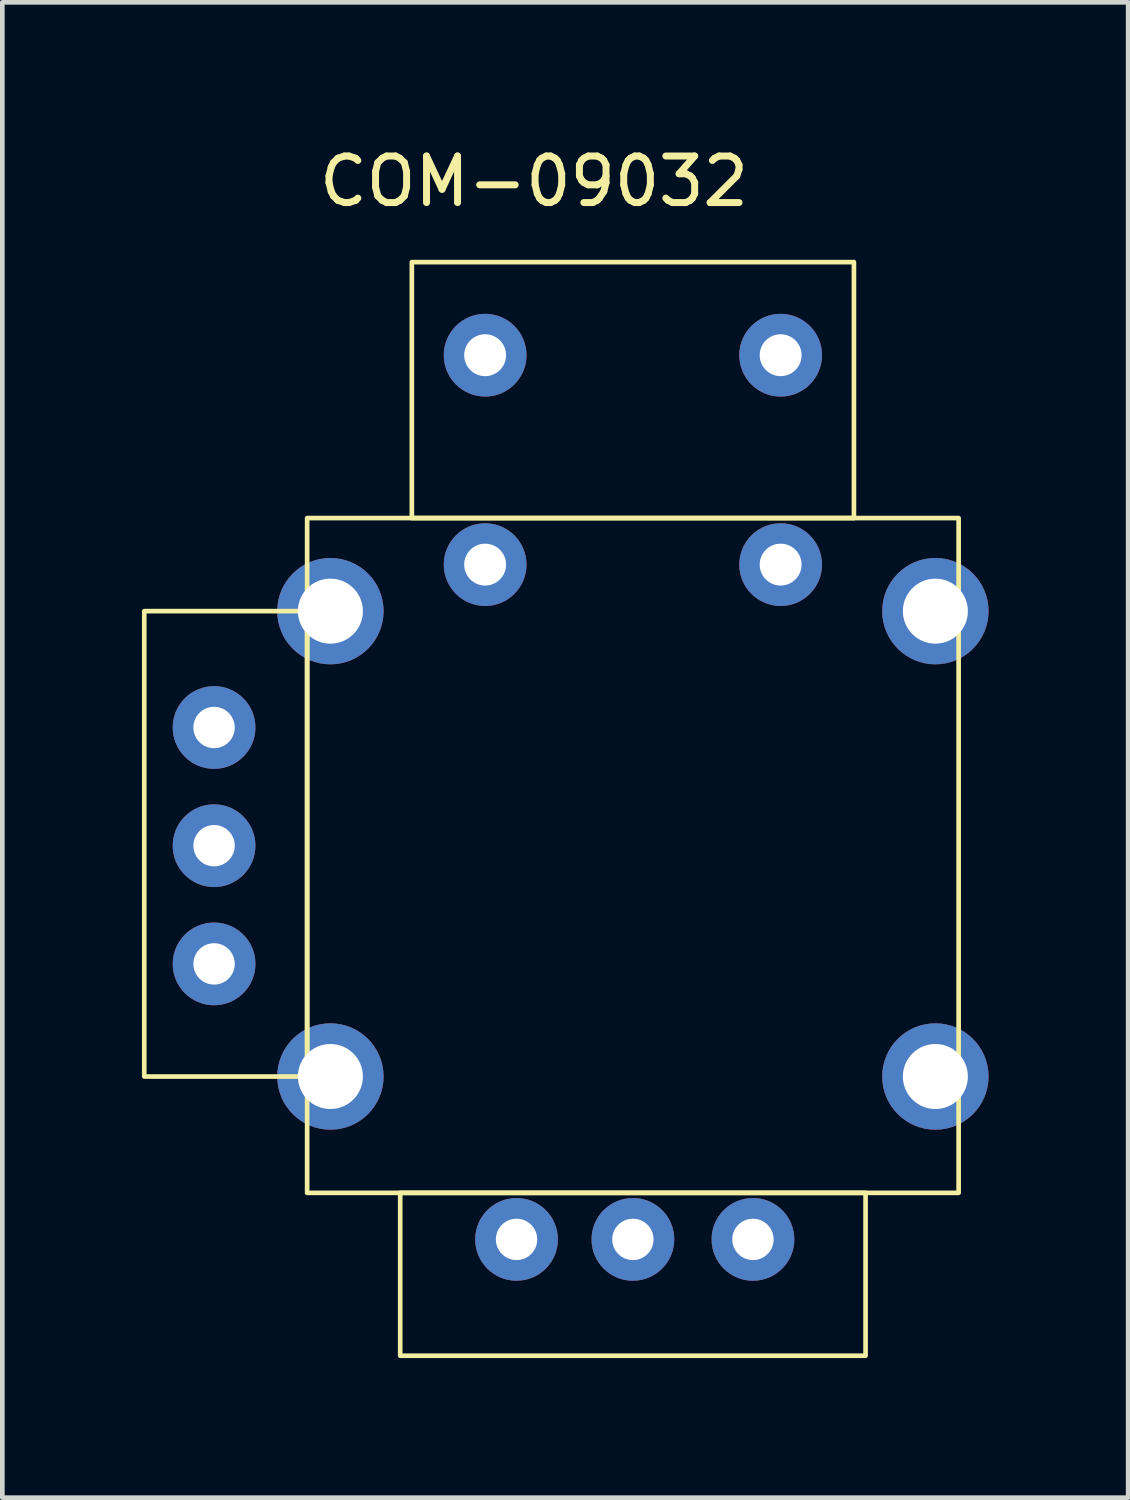
<source format=kicad_pcb>
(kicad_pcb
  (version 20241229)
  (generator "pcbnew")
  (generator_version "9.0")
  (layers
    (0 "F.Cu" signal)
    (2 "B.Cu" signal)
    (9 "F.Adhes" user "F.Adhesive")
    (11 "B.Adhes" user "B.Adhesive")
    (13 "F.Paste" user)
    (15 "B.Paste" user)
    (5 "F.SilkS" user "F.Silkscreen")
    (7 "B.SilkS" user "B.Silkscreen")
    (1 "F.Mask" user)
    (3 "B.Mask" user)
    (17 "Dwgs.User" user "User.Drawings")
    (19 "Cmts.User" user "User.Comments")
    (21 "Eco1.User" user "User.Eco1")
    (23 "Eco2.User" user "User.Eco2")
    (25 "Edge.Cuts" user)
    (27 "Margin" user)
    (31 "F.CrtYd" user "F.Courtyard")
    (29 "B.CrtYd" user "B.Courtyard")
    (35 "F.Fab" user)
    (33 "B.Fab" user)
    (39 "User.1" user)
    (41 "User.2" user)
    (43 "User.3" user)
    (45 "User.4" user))
  (footprint "COM-09032"
    (layer "F.Cu")
    (at 10.55 15.583)
    (property "Reference" "COM-09032" (at -2.125 -14.735 0) (layer "F.SilkS") (effects (font (size 1 1) (thickness 0.15))))
    (attr through_hole)
    (fp_rect (start -10.5 -5.5) (end -7 4.5) (stroke (width 0.1) (type default)) (fill no) (layer "F.SilkS"))
    (fp_rect (start -7 -7.5) (end 7 7) (stroke (width 0.1) (type default)) (fill no) (layer "F.SilkS"))
    (fp_rect (start -5 7) (end 5 10.5) (stroke (width 0.1) (type default)) (fill no) (layer "F.SilkS"))
    (fp_rect (start -4.75 -13) (end 4.75 -7.5) (stroke (width 0.1) (type default)) (fill no) (layer "F.SilkS"))
    (pad "B1A" thru_hole circle (at -3.175 -11) (size 1.778 1.778) (drill 0.9) (layers "*.Cu" "*.Mask"))
    (pad "B1B" thru_hole circle (at 3.175 -11) (size 1.778 1.778) (drill 0.9) (layers "*.Cu" "*.Mask"))
    (pad "B2A" thru_hole circle (at -3.175 -6.5) (size 1.778 1.778) (drill 0.9) (layers "*.Cu" "*.Mask"))
    (pad "B2B" thru_hole circle (at 3.175 -6.5) (size 1.778 1.778) (drill 0.9) (layers "*.Cu" "*.Mask"))
    (pad "H1" thru_hole circle (at -2.5 8) (size 1.778 1.778) (drill 0.889) (layers "*.Cu" "*.Mask"))
    (pad "H2" thru_hole circle (at 0 8) (size 1.778 1.778) (drill 0.889) (layers "*.Cu" "*.Mask"))
    (pad "H3" thru_hole circle (at 2.58 8) (size 1.778 1.778) (drill 0.889) (layers "*.Cu" "*.Mask"))
    (pad "S1" thru_hole circle (at -6.5 -5.5) (size 2.286 2.286) (drill 1.397) (layers "*.Cu" "*.Mask"))
    (pad "S2" thru_hole circle (at -6.5 4.5) (size 2.286 2.286) (drill 1.397) (layers "*.Cu" "*.Mask"))
    (pad "S3" thru_hole circle (at 6.5 4.5) (size 2.286 2.286) (drill 1.397) (layers "*.Cu" "*.Mask"))
    (pad "S4" thru_hole circle (at 6.5 -5.5) (size 2.286 2.286) (drill 1.397) (layers "*.Cu" "*.Mask"))
    (pad "V1" thru_hole circle (at -9 -3) (size 1.778 1.778) (drill 0.889) (layers "*.Cu" "*.Mask"))
    (pad "V2" thru_hole circle (at -9 -0.46) (size 1.778 1.778) (drill 0.889) (layers "*.Cu" "*.Mask"))
    (pad "V3" thru_hole circle (at -9 2.08) (size 1.778 1.778) (drill 0.889) (layers "*.Cu" "*.Mask")))
  (gr_rect
    (start -3 -3)
    (end 21.193 29.133)
    (stroke (width 0.1) (type default))
    (fill no)
    (layer "Edge.Cuts")))
</source>
